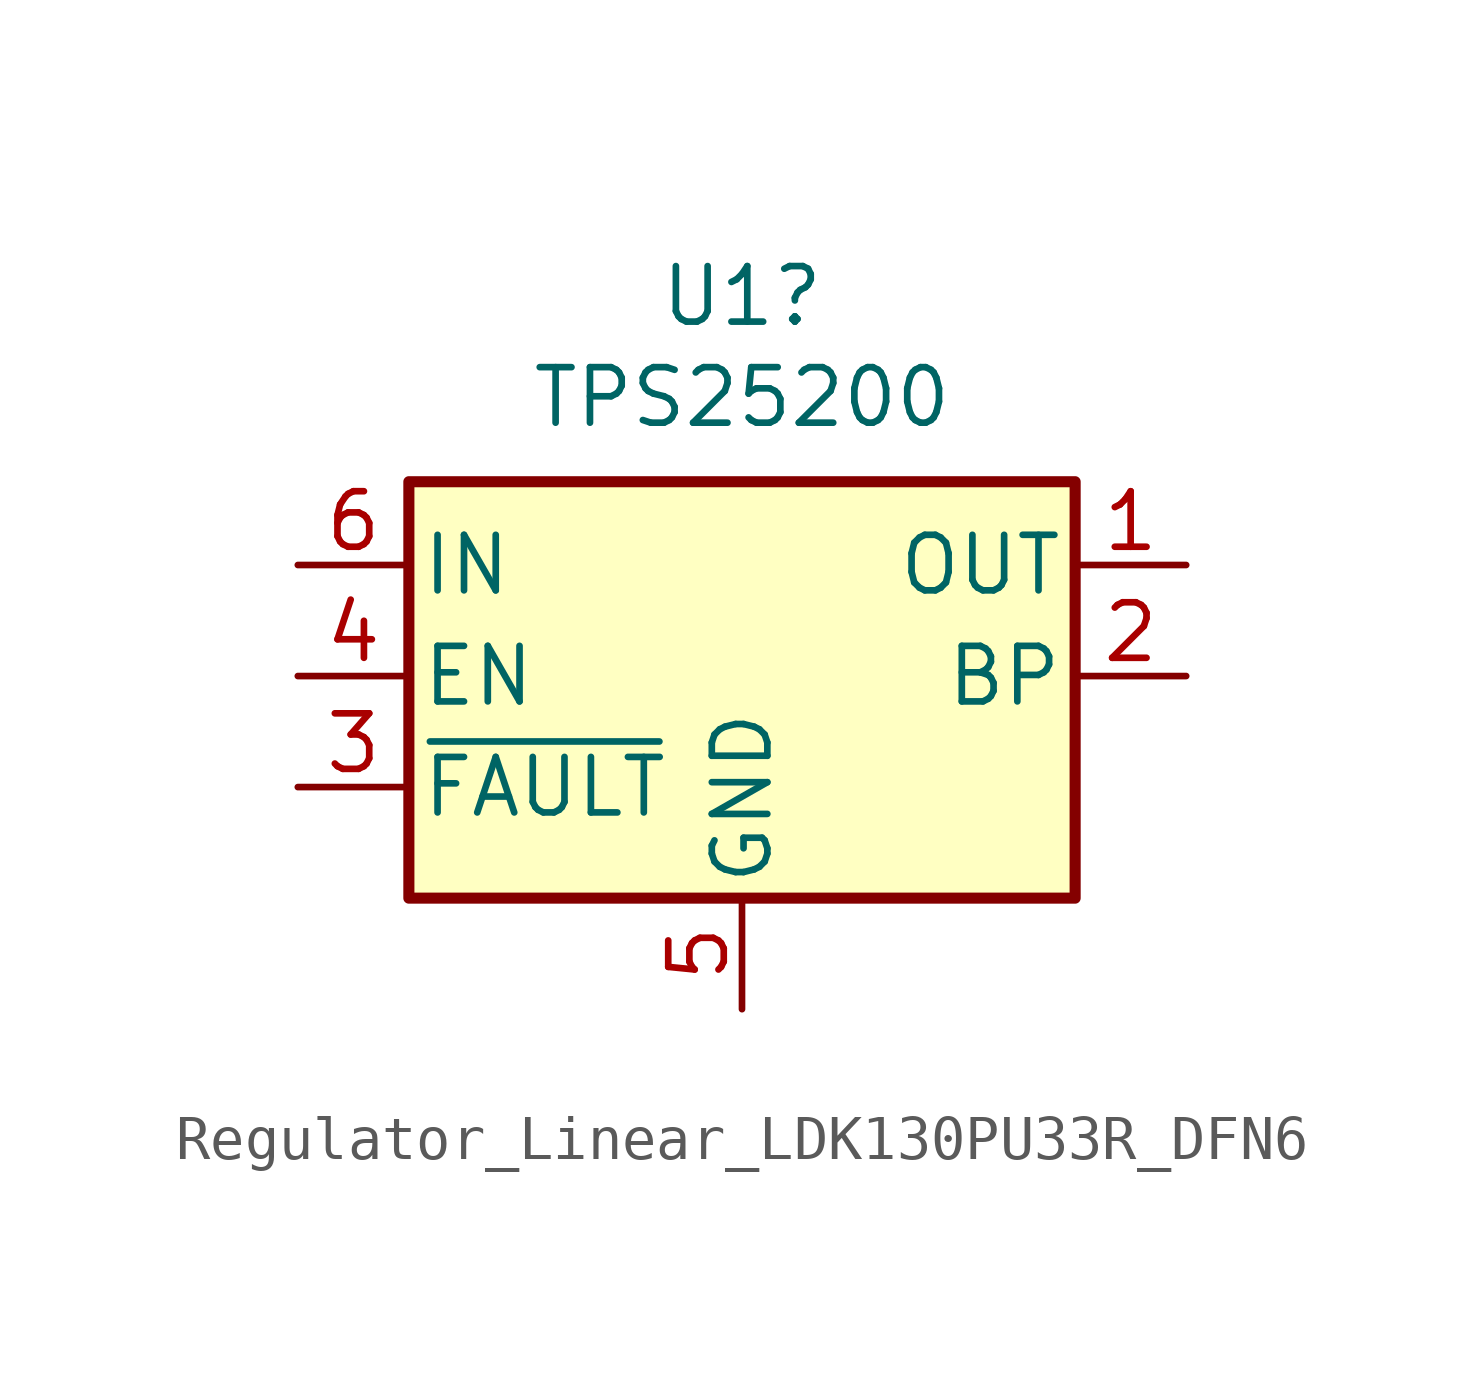
<source format=kicad_sym>
(kicad_symbol_lib
  (version 20210619)
  (generator kicad_symbol_editor)
  (symbol "TPS25200:Regulator_Linear_LDK130PU33R_DFN6"
    (pin_names
      (offset 0.254))
    (property "Reference" "U1"
      (at 0 8.687 0)
      (effects (font (size 1.27 1.27))))
    (property "Value" "TPS25200"
      (at 0 6.375 0)
      (effects (font (size 1.27 1.27))))
    (symbol "Regulator_Linear_LDK130PU33R_DFN6_0_1"
      (rectangle (start -7.62 4.445) (end 7.62 -5.08) (stroke (width 0.254)) (fill (type background))))
    (symbol "Regulator_Linear_LDK130PU33R_DFN6_1_1"
      (pin power_out line (at 10.16 2.54 180) (length 2.54) (name "OUT" (effects (font (size 1.27 1.27)))) (number "1" (effects (font (size 1.27 1.27)))))
      (pin passive line (at 10.16 0 180) (length 2.54) (name "BP" (effects (font (size 1.27 1.27)))) (number "2" (effects (font (size 1.27 1.27)))))
      (pin output line (at -10.16 -2.54 0) (length 2.54) (name "~{FAULT}" (effects (font (size 1.27 1.27)))) (number "3" (effects (font (size 1.27 1.27)))))
      (pin input line (at -10.16 0 0) (length 2.54) (name "EN" (effects (font (size 1.27 1.27)))) (number "4" (effects (font (size 1.27 1.27)))))
      (pin power_in line (at 0 -7.62 90) (length 2.54) (name "GND" (effects (font (size 1.27 1.27)))) (number "5" (effects (font (size 1.27 1.27)))))
      (pin power_in line (at -10.16 2.54 0) (length 2.54) (name "IN" (effects (font (size 1.27 1.27)))) (number "6" (effects (font (size 1.27 1.27)))))
      (pin power_in line (at 0 -7.62 90) (length 2.54) hide (name "GND" (effects (font (size 1.27 1.27)))) (number "7" (effects (font (size 1.27 1.27))))))))
</source>
